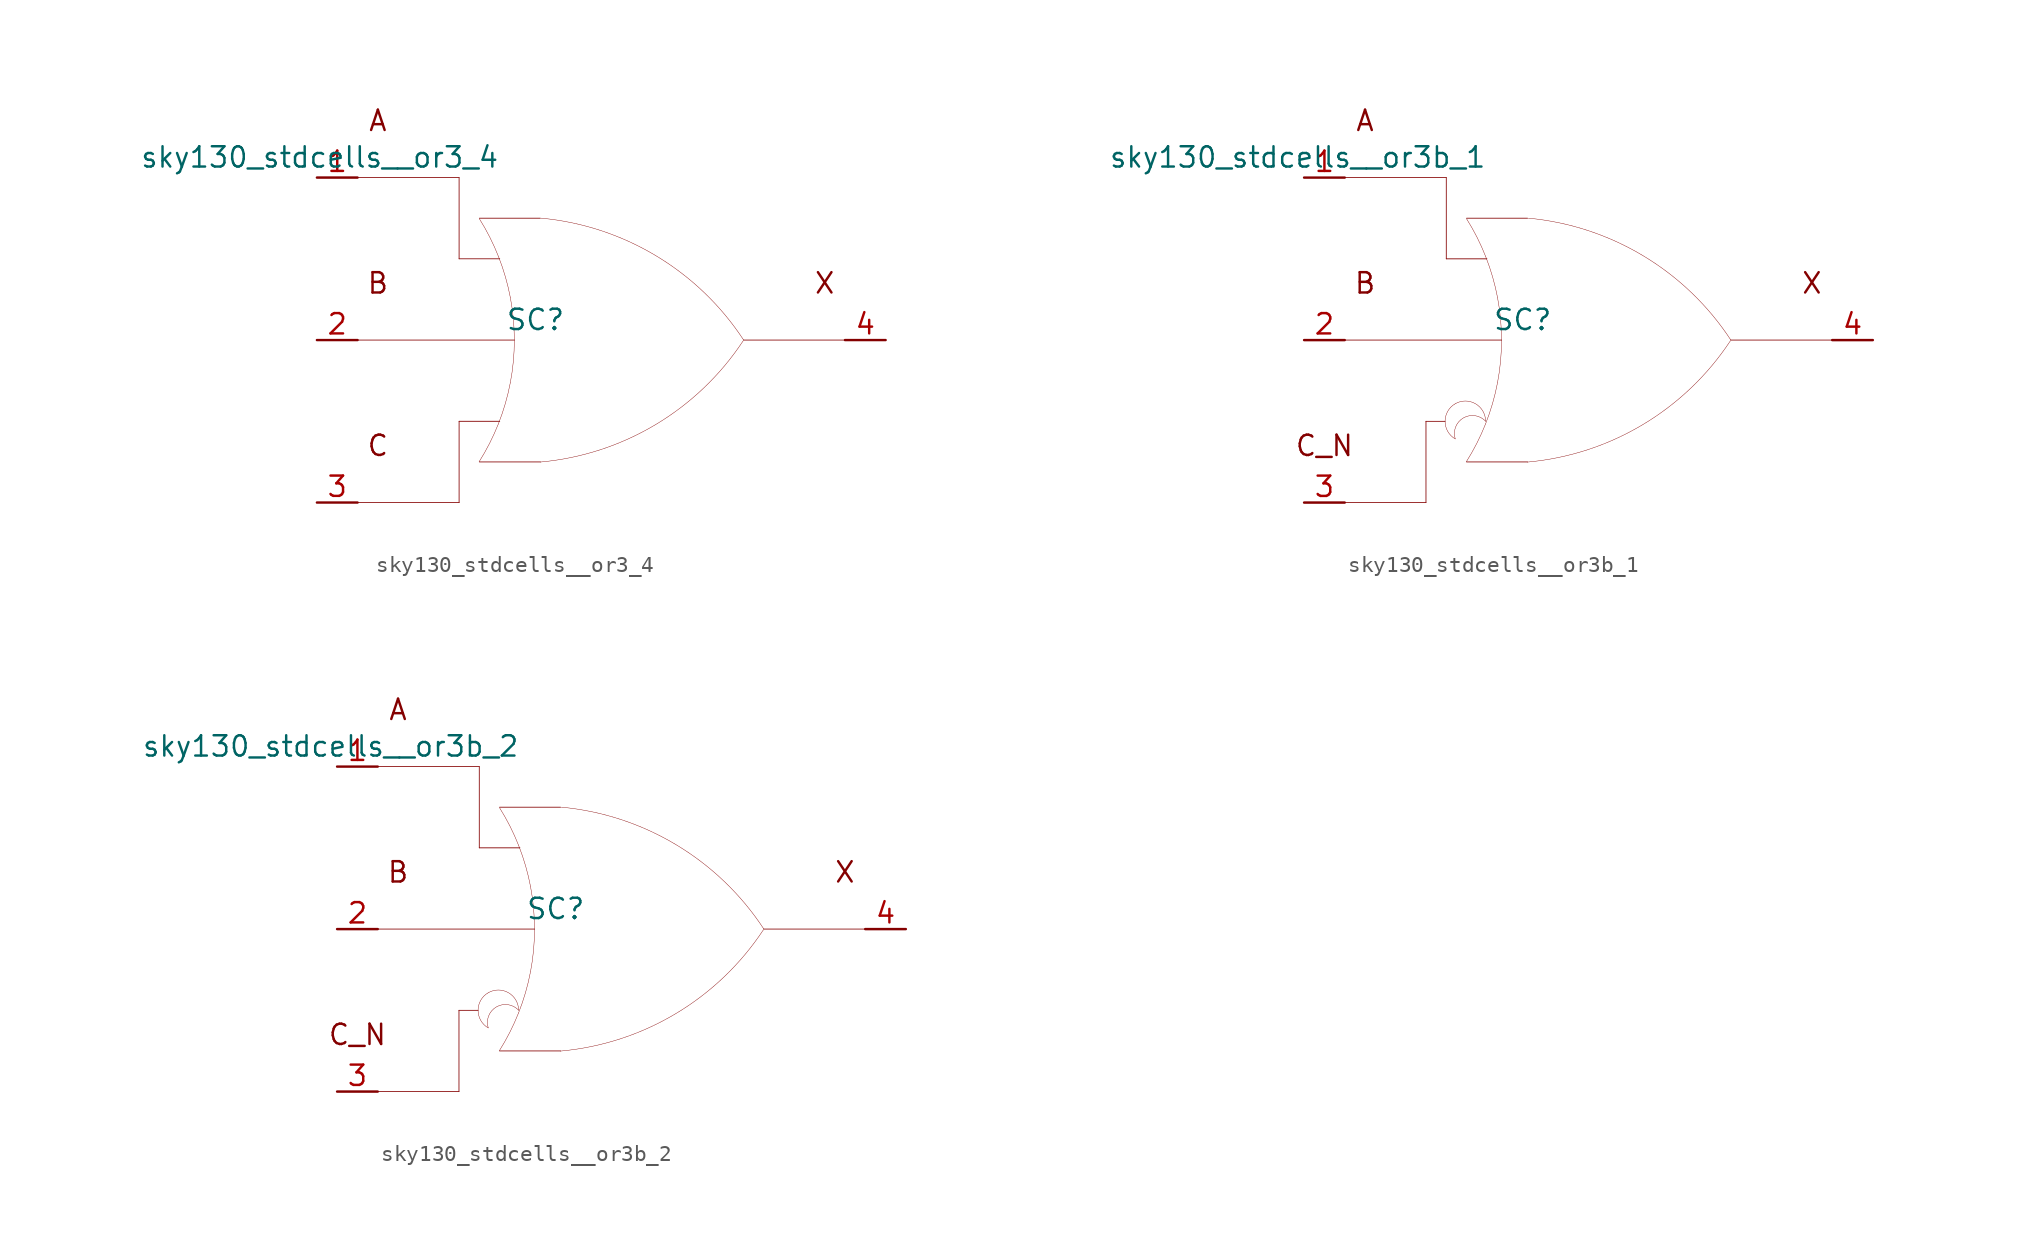
<source format=kicad_sym>
(kicad_symbol_lib
  (version 20211014)
  (generator kicad_symbol_editor)
  (symbol "sky130_stdcells__or3_4"
    (pin_names hide)
    (property "Reference" "SC"
      (at -4.115 1.27 0)
      (effects (font (size 1.27 1.27))))
    (property "Value" "sky130_stdcells__or3_4"
      (at -6.35 11.43 0)
      (effects (font (size 1.27 1.27)) (justify right)))
    (symbol "sky130_stdcells__or3_4_0_0"
      (arc (start -7.6405 -7.6142) (mid -6.983 -6.458) (end -6.4362 -5.2456) (stroke (width 0.0254) (type default) (color 0 0 0 0)) (fill (type none)))
      (arc (start -6.4362 -5.2456) (mid -6.0013 -3.9755) (end -5.688 -2.6701) (stroke (width 0.0254) (type default) (color 0 0 0 0)) (fill (type none)))
      (arc (start -6.418 5.1993) (mid -6.9662 6.4248) (end -7.6273 7.5932) (stroke (width 0.0254) (type default) (color 0 0 0 0)) (fill (type none)))
      (arc (start -5.688 -2.6701) (mid -5.4988 -1.341) (end -5.4356 0) (stroke (width 0.0254) (type default) (color 0 0 0 0)) (fill (type none)))
      (arc (start -5.6834 2.6456) (mid -5.9911 3.9396) (end -6.418 5.1993) (stroke (width 0.0254) (type default) (color 0 0 0 0)) (fill (type none)))
      (arc (start -5.4356 0) (mid -5.4977 1.3286) (end -5.6834 2.6456) (stroke (width 0.0254) (type default) (color 0 0 0 0)) (fill (type none)))
      (arc (start -3.8212 -7.6288) (mid 3.3927 -5.2884) (end 8.8734 -0.0463) (stroke (width 0.0254) (type default) (color 0 0 0 0)) (fill (type none)))
      (polyline (pts (xy -15.24 -10.16) (xy -8.89 -10.16)) (stroke (width 0.051) (type default) (color 0 0 0 0)) (fill (type none)))
      (polyline (pts (xy -15.24 0) (xy -5.436 0)) (stroke (width 0.051) (type default) (color 0 0 0 0)) (fill (type none)))
      (polyline (pts (xy -15.24 10.16) (xy -8.89 10.16)) (stroke (width 0.051) (type default) (color 0 0 0 0)) (fill (type none)))
      (polyline (pts (xy -8.89 -5.08) (xy -8.89 -10.16)) (stroke (width 0.051) (type default) (color 0 0 0 0)) (fill (type none)))
      (polyline (pts (xy -8.89 -5.08) (xy -6.35 -5.08)) (stroke (width 0.051) (type default) (color 0 0 0 0)) (fill (type none)))
      (polyline (pts (xy -8.89 5.08) (xy -6.35 5.08)) (stroke (width 0.051) (type default) (color 0 0 0 0)) (fill (type none)))
      (polyline (pts (xy -8.89 10.16) (xy -8.89 5.08)) (stroke (width 0.051) (type default) (color 0 0 0 0)) (fill (type none)))
      (polyline (pts (xy -7.62 -7.62) (xy -3.81 -7.62)) (stroke (width 0.051) (type default) (color 0 0 0 0)) (fill (type none)))
      (polyline (pts (xy -7.62 7.62) (xy -3.81 7.62)) (stroke (width 0.051) (type default) (color 0 0 0 0)) (fill (type none)))
      (polyline (pts (xy 8.89 0) (xy 15.24 0)) (stroke (width 0.051) (type default) (color 0 0 0 0)) (fill (type none)))
      (arc (start 8.9061 -0.0034) (mid 3.4437 5.2578) (end -3.762 7.6234) (stroke (width 0.0254) (type default) (color 0 0 0 0)) (fill (type none)))
      (text "A" (at -13.97 13.716 0) (effects (font (size 1.27 1.27))))
      (text "B" (at -13.97 3.556 0) (effects (font (size 1.27 1.27))))
      (text "C" (at -13.97 -6.604 0) (effects (font (size 1.27 1.27))))
      (text "X" (at 13.97 3.556 0) (effects (font (size 1.27 1.27)))))
    (symbol "sky130_stdcells__or3_4_1_1"
      (pin input line (at -17.78 10.16 0) (length 2.54) (name "A" (effects (font (size 1.092 1.092)))) (number "1" (effects (font (size 1.27 1.27)))))
      (pin input line (at -17.78 0 0) (length 2.54) (name "B" (effects (font (size 1.092 1.092)))) (number "2" (effects (font (size 1.27 1.27)))))
      (pin input line (at -17.78 -10.16 0) (length 2.54) (name "C" (effects (font (size 1.092 1.092)))) (number "3" (effects (font (size 1.27 1.27)))))
      (pin output line (at 17.78 0 180) (length 2.54) (name "X" (effects (font (size 1.092 1.092)))) (number "4" (effects (font (size 1.27 1.27)))))))
  (symbol "sky130_stdcells__or3b_1"
    (pin_names hide)
    (property "Reference" "SC"
      (at -4.115 1.27 0)
      (effects (font (size 1.27 1.27))))
    (property "Value" "sky130_stdcells__or3b_1"
      (at -6.35 11.43 0)
      (effects (font (size 1.27 1.27)) (justify right)))
    (symbol "sky130_stdcells__or3b_1_0_0"
      (arc (start -8.3312 -3.9801) (mid -8.9662 -5.08) (end -8.3312 -6.1799) (stroke (width 0.0254) (type default) (color 0 0 0 0)) (fill (type none)))
      (arc (start -7.6405 -7.6142) (mid -6.983 -6.458) (end -6.4362 -5.2456) (stroke (width 0.0254) (type default) (color 0 0 0 0)) (fill (type none)))
      (arc (start -6.4362 -5.2456) (mid -6.0013 -3.9755) (end -5.688 -2.6701) (stroke (width 0.0254) (type default) (color 0 0 0 0)) (fill (type none)))
      (arc (start -6.4262 -5.08) (mid -8.2831 -4.6057) (end -8.3312 -6.1799) (stroke (width 0.0254) (type default) (color 0 0 0 0)) (fill (type none)))
      (arc (start -6.4262 -5.08) (mid -7.0612 -3.9802) (end -8.3312 -3.9801) (stroke (width 0.0254) (type default) (color 0 0 0 0)) (fill (type none)))
      (arc (start -6.418 5.1993) (mid -6.9662 6.4248) (end -7.6273 7.5932) (stroke (width 0.0254) (type default) (color 0 0 0 0)) (fill (type none)))
      (arc (start -5.688 -2.6701) (mid -5.4988 -1.341) (end -5.4356 0) (stroke (width 0.0254) (type default) (color 0 0 0 0)) (fill (type none)))
      (arc (start -5.6834 2.6456) (mid -5.9911 3.9396) (end -6.418 5.1993) (stroke (width 0.0254) (type default) (color 0 0 0 0)) (fill (type none)))
      (arc (start -5.4356 0) (mid -5.4977 1.3286) (end -5.6834 2.6456) (stroke (width 0.0254) (type default) (color 0 0 0 0)) (fill (type none)))
      (arc (start -3.8212 -7.6288) (mid 3.3927 -5.2884) (end 8.8734 -0.0463) (stroke (width 0.0254) (type default) (color 0 0 0 0)) (fill (type none)))
      (polyline (pts (xy -15.24 -10.16) (xy -10.16 -10.16)) (stroke (width 0.051) (type default) (color 0 0 0 0)) (fill (type none)))
      (polyline (pts (xy -15.24 0) (xy -5.436 0)) (stroke (width 0.051) (type default) (color 0 0 0 0)) (fill (type none)))
      (polyline (pts (xy -15.24 10.16) (xy -8.89 10.16)) (stroke (width 0.051) (type default) (color 0 0 0 0)) (fill (type none)))
      (polyline (pts (xy -10.16 -5.08) (xy -10.16 -10.16)) (stroke (width 0.051) (type default) (color 0 0 0 0)) (fill (type none)))
      (polyline (pts (xy -10.16 -5.08) (xy -8.966 -5.08)) (stroke (width 0.051) (type default) (color 0 0 0 0)) (fill (type none)))
      (polyline (pts (xy -8.89 5.08) (xy -6.35 5.08)) (stroke (width 0.051) (type default) (color 0 0 0 0)) (fill (type none)))
      (polyline (pts (xy -8.89 10.16) (xy -8.89 5.08)) (stroke (width 0.051) (type default) (color 0 0 0 0)) (fill (type none)))
      (polyline (pts (xy -7.62 -7.62) (xy -3.81 -7.62)) (stroke (width 0.051) (type default) (color 0 0 0 0)) (fill (type none)))
      (polyline (pts (xy -7.62 7.62) (xy -3.81 7.62)) (stroke (width 0.051) (type default) (color 0 0 0 0)) (fill (type none)))
      (polyline (pts (xy 8.89 0) (xy 15.24 0)) (stroke (width 0.051) (type default) (color 0 0 0 0)) (fill (type none)))
      (arc (start 8.9061 -0.0034) (mid 3.4437 5.2578) (end -3.762 7.6234) (stroke (width 0.0254) (type default) (color 0 0 0 0)) (fill (type none)))
      (text "A" (at -13.97 13.716 0) (effects (font (size 1.27 1.27))))
      (text "B" (at -13.97 3.556 0) (effects (font (size 1.27 1.27))))
      (text "C_N" (at -16.51 -6.604 0) (effects (font (size 1.27 1.27))))
      (text "X" (at 13.97 3.556 0) (effects (font (size 1.27 1.27)))))
    (symbol "sky130_stdcells__or3b_1_1_1"
      (pin input line (at -17.78 10.16 0) (length 2.54) (name "A" (effects (font (size 1.092 1.092)))) (number "1" (effects (font (size 1.27 1.27)))))
      (pin input line (at -17.78 0 0) (length 2.54) (name "B" (effects (font (size 1.092 1.092)))) (number "2" (effects (font (size 1.27 1.27)))))
      (pin input line (at -17.78 -10.16 0) (length 2.54) (name "C_N" (effects (font (size 1.092 1.092)))) (number "3" (effects (font (size 1.27 1.27)))))
      (pin output line (at 17.78 0 180) (length 2.54) (name "X" (effects (font (size 1.092 1.092)))) (number "4" (effects (font (size 1.27 1.27)))))))
  (symbol "sky130_stdcells__or3b_2"
    (pin_names hide)
    (property "Reference" "SC"
      (at -4.115 1.27 0)
      (effects (font (size 1.27 1.27))))
    (property "Value" "sky130_stdcells__or3b_2"
      (at -6.35 11.43 0)
      (effects (font (size 1.27 1.27)) (justify right)))
    (symbol "sky130_stdcells__or3b_2_0_0"
      (arc (start -8.3312 -3.9801) (mid -8.9662 -5.08) (end -8.3312 -6.1799) (stroke (width 0.0254) (type default) (color 0 0 0 0)) (fill (type none)))
      (arc (start -7.6405 -7.6142) (mid -6.983 -6.458) (end -6.4362 -5.2456) (stroke (width 0.0254) (type default) (color 0 0 0 0)) (fill (type none)))
      (arc (start -6.4362 -5.2456) (mid -6.0013 -3.9755) (end -5.688 -2.6701) (stroke (width 0.0254) (type default) (color 0 0 0 0)) (fill (type none)))
      (arc (start -6.4262 -5.08) (mid -8.2831 -4.6057) (end -8.3312 -6.1799) (stroke (width 0.0254) (type default) (color 0 0 0 0)) (fill (type none)))
      (arc (start -6.4262 -5.08) (mid -7.0612 -3.9802) (end -8.3312 -3.9801) (stroke (width 0.0254) (type default) (color 0 0 0 0)) (fill (type none)))
      (arc (start -6.418 5.1993) (mid -6.9662 6.4248) (end -7.6273 7.5932) (stroke (width 0.0254) (type default) (color 0 0 0 0)) (fill (type none)))
      (arc (start -5.688 -2.6701) (mid -5.4988 -1.341) (end -5.4356 0) (stroke (width 0.0254) (type default) (color 0 0 0 0)) (fill (type none)))
      (arc (start -5.6834 2.6456) (mid -5.9911 3.9396) (end -6.418 5.1993) (stroke (width 0.0254) (type default) (color 0 0 0 0)) (fill (type none)))
      (arc (start -5.4356 0) (mid -5.4977 1.3286) (end -5.6834 2.6456) (stroke (width 0.0254) (type default) (color 0 0 0 0)) (fill (type none)))
      (arc (start -3.8212 -7.6288) (mid 3.3927 -5.2884) (end 8.8734 -0.0463) (stroke (width 0.0254) (type default) (color 0 0 0 0)) (fill (type none)))
      (polyline (pts (xy -15.24 -10.16) (xy -10.16 -10.16)) (stroke (width 0.051) (type default) (color 0 0 0 0)) (fill (type none)))
      (polyline (pts (xy -15.24 0) (xy -5.436 0)) (stroke (width 0.051) (type default) (color 0 0 0 0)) (fill (type none)))
      (polyline (pts (xy -15.24 10.16) (xy -8.89 10.16)) (stroke (width 0.051) (type default) (color 0 0 0 0)) (fill (type none)))
      (polyline (pts (xy -10.16 -5.08) (xy -10.16 -10.16)) (stroke (width 0.051) (type default) (color 0 0 0 0)) (fill (type none)))
      (polyline (pts (xy -10.16 -5.08) (xy -8.966 -5.08)) (stroke (width 0.051) (type default) (color 0 0 0 0)) (fill (type none)))
      (polyline (pts (xy -8.89 5.08) (xy -6.35 5.08)) (stroke (width 0.051) (type default) (color 0 0 0 0)) (fill (type none)))
      (polyline (pts (xy -8.89 10.16) (xy -8.89 5.08)) (stroke (width 0.051) (type default) (color 0 0 0 0)) (fill (type none)))
      (polyline (pts (xy -7.62 -7.62) (xy -3.81 -7.62)) (stroke (width 0.051) (type default) (color 0 0 0 0)) (fill (type none)))
      (polyline (pts (xy -7.62 7.62) (xy -3.81 7.62)) (stroke (width 0.051) (type default) (color 0 0 0 0)) (fill (type none)))
      (polyline (pts (xy 8.89 0) (xy 15.24 0)) (stroke (width 0.051) (type default) (color 0 0 0 0)) (fill (type none)))
      (arc (start 8.9061 -0.0034) (mid 3.4437 5.2578) (end -3.762 7.6234) (stroke (width 0.0254) (type default) (color 0 0 0 0)) (fill (type none)))
      (text "A" (at -13.97 13.716 0) (effects (font (size 1.27 1.27))))
      (text "B" (at -13.97 3.556 0) (effects (font (size 1.27 1.27))))
      (text "C_N" (at -16.51 -6.604 0) (effects (font (size 1.27 1.27))))
      (text "X" (at 13.97 3.556 0) (effects (font (size 1.27 1.27)))))
    (symbol "sky130_stdcells__or3b_2_1_1"
      (pin input line (at -17.78 10.16 0) (length 2.54) (name "A" (effects (font (size 1.092 1.092)))) (number "1" (effects (font (size 1.27 1.27)))))
      (pin input line (at -17.78 0 0) (length 2.54) (name "B" (effects (font (size 1.092 1.092)))) (number "2" (effects (font (size 1.27 1.27)))))
      (pin input line (at -17.78 -10.16 0) (length 2.54) (name "C_N" (effects (font (size 1.092 1.092)))) (number "3" (effects (font (size 1.27 1.27)))))
      (pin output line (at 17.78 0 180) (length 2.54) (name "X" (effects (font (size 1.092 1.092)))) (number "4" (effects (font (size 1.27 1.27))))))))
</source>
